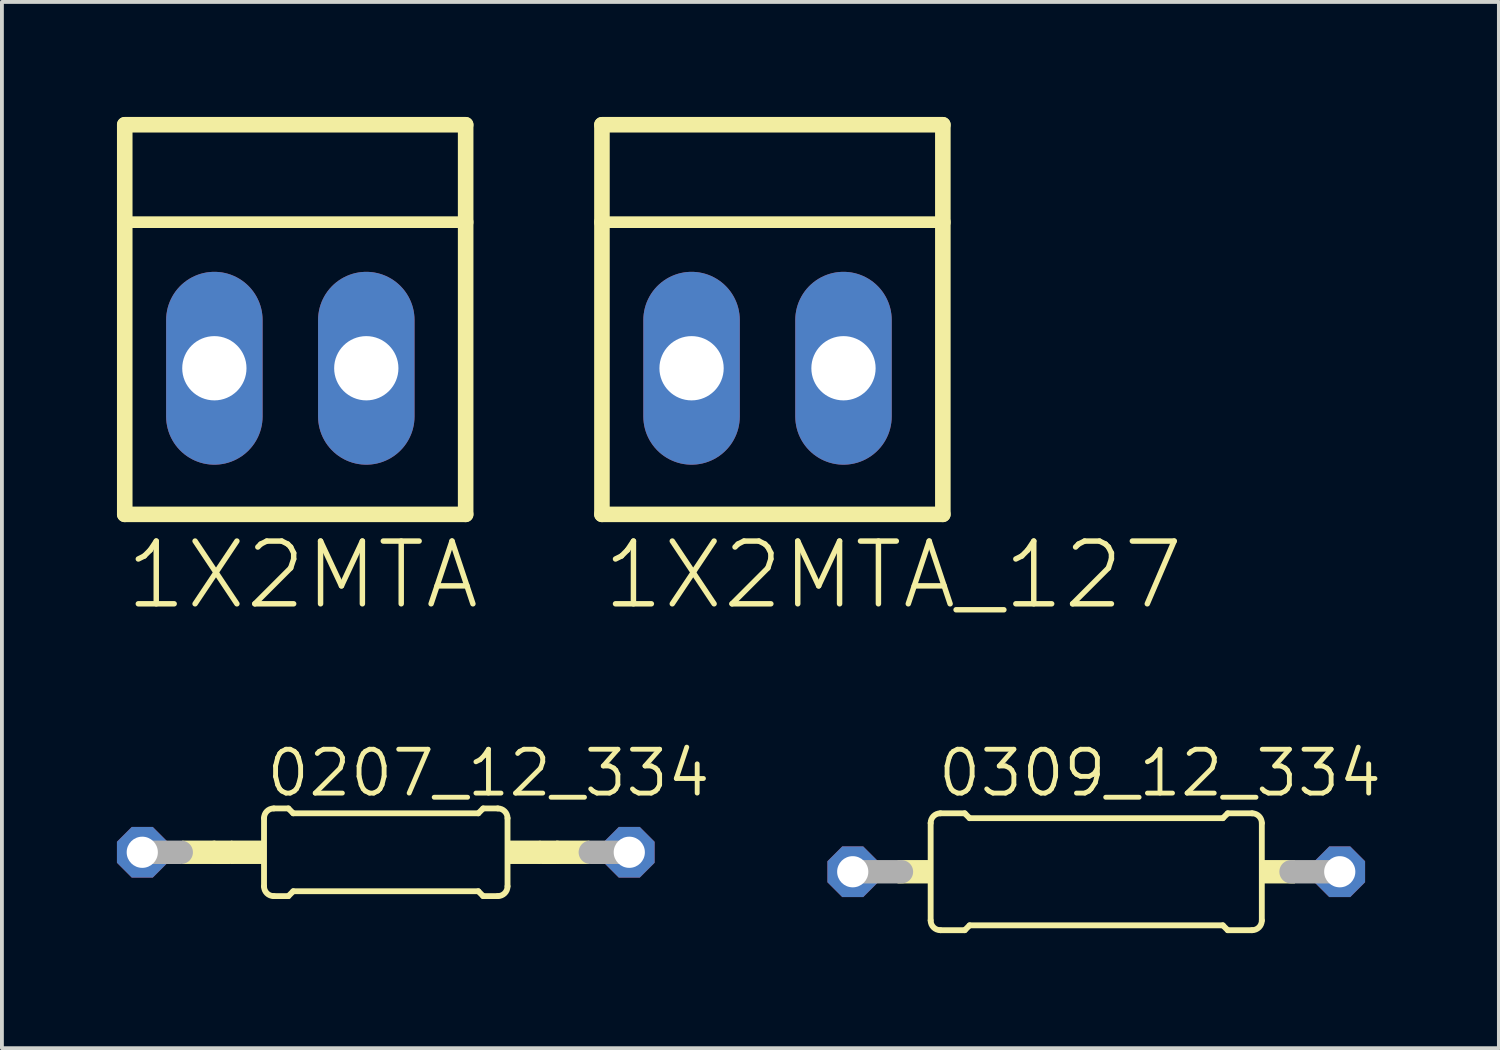
<source format=kicad_pcb>
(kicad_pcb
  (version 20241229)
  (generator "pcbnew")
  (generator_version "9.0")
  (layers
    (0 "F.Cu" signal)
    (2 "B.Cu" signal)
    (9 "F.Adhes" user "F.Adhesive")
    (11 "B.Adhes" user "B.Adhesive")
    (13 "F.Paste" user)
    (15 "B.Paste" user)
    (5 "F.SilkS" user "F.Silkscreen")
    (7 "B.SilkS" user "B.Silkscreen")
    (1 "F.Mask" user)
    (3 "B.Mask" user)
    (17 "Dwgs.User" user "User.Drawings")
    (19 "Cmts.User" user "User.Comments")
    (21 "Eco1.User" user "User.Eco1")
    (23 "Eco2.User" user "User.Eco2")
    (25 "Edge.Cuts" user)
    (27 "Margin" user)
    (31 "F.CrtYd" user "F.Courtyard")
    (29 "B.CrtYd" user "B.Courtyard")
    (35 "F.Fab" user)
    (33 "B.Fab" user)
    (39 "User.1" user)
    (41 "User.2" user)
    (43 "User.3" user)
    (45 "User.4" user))
  (footprint "0207_12_334"
    (layer "F.Cu")
    (at 7.01 19.175)
    (property "Reference" "0207_12_334" (at -3.175 -1.397 0) (layer "F.SilkS") (effects (font (size 1.143 1.143) (thickness 0.127)) (justify left bottom)))
    (fp_line (start -4.445 0) (end -4.064 0) (stroke (width 0.61) (type solid)) (layer "F.SilkS"))
    (fp_line (start -3.175 0.889) (end -3.175 -0.889) (stroke (width 0.152) (type solid)) (layer "F.SilkS"))
    (fp_line (start -2.921 -1.143) (end -2.54 -1.143) (stroke (width 0.152) (type solid)) (layer "F.SilkS"))
    (fp_line (start -2.921 1.143) (end -2.54 1.143) (stroke (width 0.152) (type solid)) (layer "F.SilkS"))
    (fp_line (start -2.413 -1.016) (end -2.54 -1.143) (stroke (width 0.152) (type solid)) (layer "F.SilkS"))
    (fp_line (start -2.413 1.016) (end -2.54 1.143) (stroke (width 0.152) (type solid)) (layer "F.SilkS"))
    (fp_line (start 2.413 -1.016) (end -2.413 -1.016) (stroke (width 0.152) (type solid)) (layer "F.SilkS"))
    (fp_line (start 2.413 -1.016) (end 2.54 -1.143) (stroke (width 0.152) (type solid)) (layer "F.SilkS"))
    (fp_line (start 2.413 1.016) (end -2.413 1.016) (stroke (width 0.152) (type solid)) (layer "F.SilkS"))
    (fp_line (start 2.413 1.016) (end 2.54 1.143) (stroke (width 0.152) (type solid)) (layer "F.SilkS"))
    (fp_line (start 2.921 -1.143) (end 2.54 -1.143) (stroke (width 0.152) (type solid)) (layer "F.SilkS"))
    (fp_line (start 2.921 1.143) (end 2.54 1.143) (stroke (width 0.152) (type solid)) (layer "F.SilkS"))
    (fp_line (start 3.175 0.889) (end 3.175 -0.889) (stroke (width 0.152) (type solid)) (layer "F.SilkS"))
    (fp_line (start 4.445 0) (end 4.064 0) (stroke (width 0.61) (type solid)) (layer "F.SilkS"))
    (fp_arc (start -3.175 -0.889) (mid -3.100605 -1.068605) (end -2.921 -1.143) (stroke (width 0.1524) (type solid)) (layer "F.SilkS"))
    (fp_arc (start -2.921 1.143) (mid -3.100605 1.068605) (end -3.175 0.889) (stroke (width 0.1524) (type solid)) (layer "F.SilkS"))
    (fp_arc (start 2.921 -1.143) (mid 3.100605 -1.068605) (end 3.175 -0.889) (stroke (width 0.1524) (type solid)) (layer "F.SilkS"))
    (fp_arc (start 3.175 0.889) (mid 3.100605 1.068605) (end 2.921 1.143) (stroke (width 0.1524) (type solid)) (layer "F.SilkS"))
    (fp_poly (pts (xy -5.309 0.305) (xy -4.445 0.305) (xy -4.445 -0.305) (xy -5.309 -0.305)) (stroke (width 0) (type default)) (fill yes) (layer "F.SilkS"))
    (fp_poly (pts (xy -4.039 0.305) (xy -3.175 0.305) (xy -3.175 -0.305) (xy -4.039 -0.305)) (stroke (width 0) (type default)) (fill yes) (layer "F.SilkS"))
    (fp_poly (pts (xy 3.175 0.305) (xy 4.039 0.305) (xy 4.039 -0.305) (xy 3.175 -0.305)) (stroke (width 0) (type default)) (fill yes) (layer "F.SilkS"))
    (fp_poly (pts (xy 4.445 0.305) (xy 5.309 0.305) (xy 5.309 -0.305) (xy 4.445 -0.305)) (stroke (width 0) (type default)) (fill yes) (layer "F.SilkS"))
    (fp_line (start -6.35 0) (end -5.334 0) (stroke (width 0.61) (type solid)) (layer "F.Fab"))
    (fp_line (start 6.35 0) (end 5.334 0) (stroke (width 0.61) (type solid)) (layer "F.Fab"))
    (pad "1" thru_hole roundrect (at -6.35 0) (size 1.321 1.321) (drill 0.813) (layers "*.Cu" "*.Mask") (roundrect_rratio 0.25) (chamfer_ratio 0.293) (chamfer top_left top_right bottom_left bottom_right))
    (pad "2" thru_hole roundrect (at 6.35 0) (size 1.321 1.321) (drill 0.813) (layers "*.Cu" "*.Mask") (roundrect_rratio 0.25) (chamfer_ratio 0.293) (chamfer top_left top_right bottom_left bottom_right)))
  (footprint "1X2MTA"
    (layer "F.Cu")
    (at 4.521 6.553)
    (property "Reference" "1X2MTA" (at -4.369 6.35 0) (layer "F.SilkS") (effects (font (size 1.636 1.636) (thickness 0.142)) (justify left bottom)))
    (fp_line (start -4.318 -6.35) (end -4.318 -3.81) (stroke (width 0.406) (type solid)) (layer "F.SilkS"))
    (fp_line (start -4.318 -6.35) (end 4.572 -6.35) (stroke (width 0.406) (type solid)) (layer "F.SilkS"))
    (fp_line (start -4.318 -3.81) (end -4.318 3.81) (stroke (width 0.406) (type solid)) (layer "F.SilkS"))
    (fp_line (start -4.318 -3.81) (end 4.572 -3.81) (stroke (width 0.305) (type solid)) (layer "F.SilkS"))
    (fp_line (start -4.318 3.81) (end 4.572 3.81) (stroke (width 0.406) (type solid)) (layer "F.SilkS"))
    (fp_line (start 4.572 -6.35) (end 4.572 -3.81) (stroke (width 0.406) (type solid)) (layer "F.SilkS"))
    (fp_line (start 4.572 -3.81) (end 4.572 3.81) (stroke (width 0.406) (type solid)) (layer "F.SilkS"))
    (fp_poly (pts (xy -2.489 0.508) (xy -1.473 0.508) (xy -1.473 -0.508) (xy -2.489 -0.508)) (stroke (width 0) (type default)) (fill yes) (layer "F.SilkS"))
    (fp_poly (pts (xy 1.473 0.508) (xy 2.489 0.508) (xy 2.489 -0.508) (xy 1.473 -0.508)) (stroke (width 0) (type default)) (fill yes) (layer "F.SilkS"))
    (pad "1" thru_hole oval (at 1.981 0 90) (size 5.029 2.515) (drill 1.676) (layers "*.Cu" "*.Mask"))
    (pad "2" thru_hole oval (at -1.981 0 90) (size 5.029 2.515) (drill 1.676) (layers "*.Cu" "*.Mask")))
  (footprint "1X2MTA_127"
    (layer "F.Cu")
    (at 16.965 6.553)
    (property "Reference" "1X2MTA_127" (at -4.369 6.35 0) (layer "F.SilkS") (effects (font (size 1.636 1.636) (thickness 0.142)) (justify left bottom)))
    (fp_line (start -4.318 -6.35) (end -4.318 -3.81) (stroke (width 0.406) (type solid)) (layer "F.SilkS"))
    (fp_line (start -4.318 -6.35) (end 4.572 -6.35) (stroke (width 0.406) (type solid)) (layer "F.SilkS"))
    (fp_line (start -4.318 -3.81) (end -4.318 3.81) (stroke (width 0.406) (type solid)) (layer "F.SilkS"))
    (fp_line (start -4.318 -3.81) (end 4.572 -3.81) (stroke (width 0.305) (type solid)) (layer "F.SilkS"))
    (fp_line (start -4.318 3.81) (end 4.572 3.81) (stroke (width 0.406) (type solid)) (layer "F.SilkS"))
    (fp_line (start 4.572 -6.35) (end 4.572 -3.81) (stroke (width 0.406) (type solid)) (layer "F.SilkS"))
    (fp_line (start 4.572 -3.81) (end 4.572 3.81) (stroke (width 0.406) (type solid)) (layer "F.SilkS"))
    (fp_poly (pts (xy -2.489 0.508) (xy -1.473 0.508) (xy -1.473 -0.508) (xy -2.489 -0.508)) (stroke (width 0) (type default)) (fill yes) (layer "F.SilkS"))
    (fp_poly (pts (xy 1.473 0.508) (xy 2.489 0.508) (xy 2.489 -0.508) (xy 1.473 -0.508)) (stroke (width 0) (type default)) (fill yes) (layer "F.SilkS"))
    (pad "1" thru_hole oval (at 1.981 0 90) (size 5.029 2.515) (drill 1.676) (layers "*.Cu" "*.Mask"))
    (pad "2" thru_hole oval (at -1.981 0 90) (size 5.029 2.515) (drill 1.676) (layers "*.Cu" "*.Mask")))
  (footprint "0309_12_334"
    (layer "F.Cu")
    (at 25.537 19.683)
    (property "Reference" "0309_12_334" (at -4.191 -1.905 0) (layer "F.SilkS") (effects (font (size 1.143 1.143) (thickness 0.127)) (justify left bottom)))
    (fp_line (start -4.318 1.27) (end -4.318 -1.27) (stroke (width 0.152) (type solid)) (layer "F.SilkS"))
    (fp_line (start -4.064 -1.524) (end -3.429 -1.524) (stroke (width 0.152) (type solid)) (layer "F.SilkS"))
    (fp_line (start -4.064 1.524) (end -3.429 1.524) (stroke (width 0.152) (type solid)) (layer "F.SilkS"))
    (fp_line (start -3.302 -1.397) (end -3.429 -1.524) (stroke (width 0.152) (type solid)) (layer "F.SilkS"))
    (fp_line (start -3.302 1.397) (end -3.429 1.524) (stroke (width 0.152) (type solid)) (layer "F.SilkS"))
    (fp_line (start 3.302 -1.397) (end -3.302 -1.397) (stroke (width 0.152) (type solid)) (layer "F.SilkS"))
    (fp_line (start 3.302 -1.397) (end 3.429 -1.524) (stroke (width 0.152) (type solid)) (layer "F.SilkS"))
    (fp_line (start 3.302 1.397) (end -3.302 1.397) (stroke (width 0.152) (type solid)) (layer "F.SilkS"))
    (fp_line (start 3.302 1.397) (end 3.429 1.524) (stroke (width 0.152) (type solid)) (layer "F.SilkS"))
    (fp_line (start 4.064 -1.524) (end 3.429 -1.524) (stroke (width 0.152) (type solid)) (layer "F.SilkS"))
    (fp_line (start 4.064 1.524) (end 3.429 1.524) (stroke (width 0.152) (type solid)) (layer "F.SilkS"))
    (fp_line (start 4.318 1.27) (end 4.318 -1.27) (stroke (width 0.152) (type solid)) (layer "F.SilkS"))
    (fp_arc (start -4.318 -1.27) (mid -4.243605 -1.449605) (end -4.064 -1.524) (stroke (width 0.1524) (type solid)) (layer "F.SilkS"))
    (fp_arc (start -4.064 1.524) (mid -4.243605 1.449605) (end -4.318 1.27) (stroke (width 0.1524) (type solid)) (layer "F.SilkS"))
    (fp_arc (start 4.064 -1.524) (mid 4.243605 -1.449605) (end 4.318 -1.27) (stroke (width 0.1524) (type solid)) (layer "F.SilkS"))
    (fp_arc (start 4.318 1.27) (mid 4.243605 1.449605) (end 4.064 1.524) (stroke (width 0.1524) (type solid)) (layer "F.SilkS"))
    (fp_poly (pts (xy -5.182 0.305) (xy -4.318 0.305) (xy -4.318 -0.305) (xy -5.182 -0.305)) (stroke (width 0) (type default)) (fill yes) (layer "F.SilkS"))
    (fp_poly (pts (xy 4.318 0.305) (xy 5.182 0.305) (xy 5.182 -0.305) (xy 4.318 -0.305)) (stroke (width 0) (type default)) (fill yes) (layer "F.SilkS"))
    (fp_line (start -6.35 0) (end -5.08 0) (stroke (width 0.61) (type solid)) (layer "F.Fab"))
    (fp_line (start 6.35 0) (end 5.08 0) (stroke (width 0.61) (type solid)) (layer "F.Fab"))
    (pad "1" thru_hole roundrect (at -6.35 0) (size 1.321 1.321) (drill 0.813) (layers "*.Cu" "*.Mask") (roundrect_rratio 0.25) (chamfer_ratio 0.293) (chamfer top_left top_right bottom_left bottom_right))
    (pad "2" thru_hole roundrect (at 6.35 0) (size 1.321 1.321) (drill 0.813) (layers "*.Cu" "*.Mask") (roundrect_rratio 0.25) (chamfer_ratio 0.293) (chamfer top_left top_right bottom_left bottom_right)))
  (gr_rect
    (start -3 -3)
    (end 36.037 24.283)
    (stroke (width 0.1) (type default))
    (fill no)
    (layer "Edge.Cuts")))
</source>
